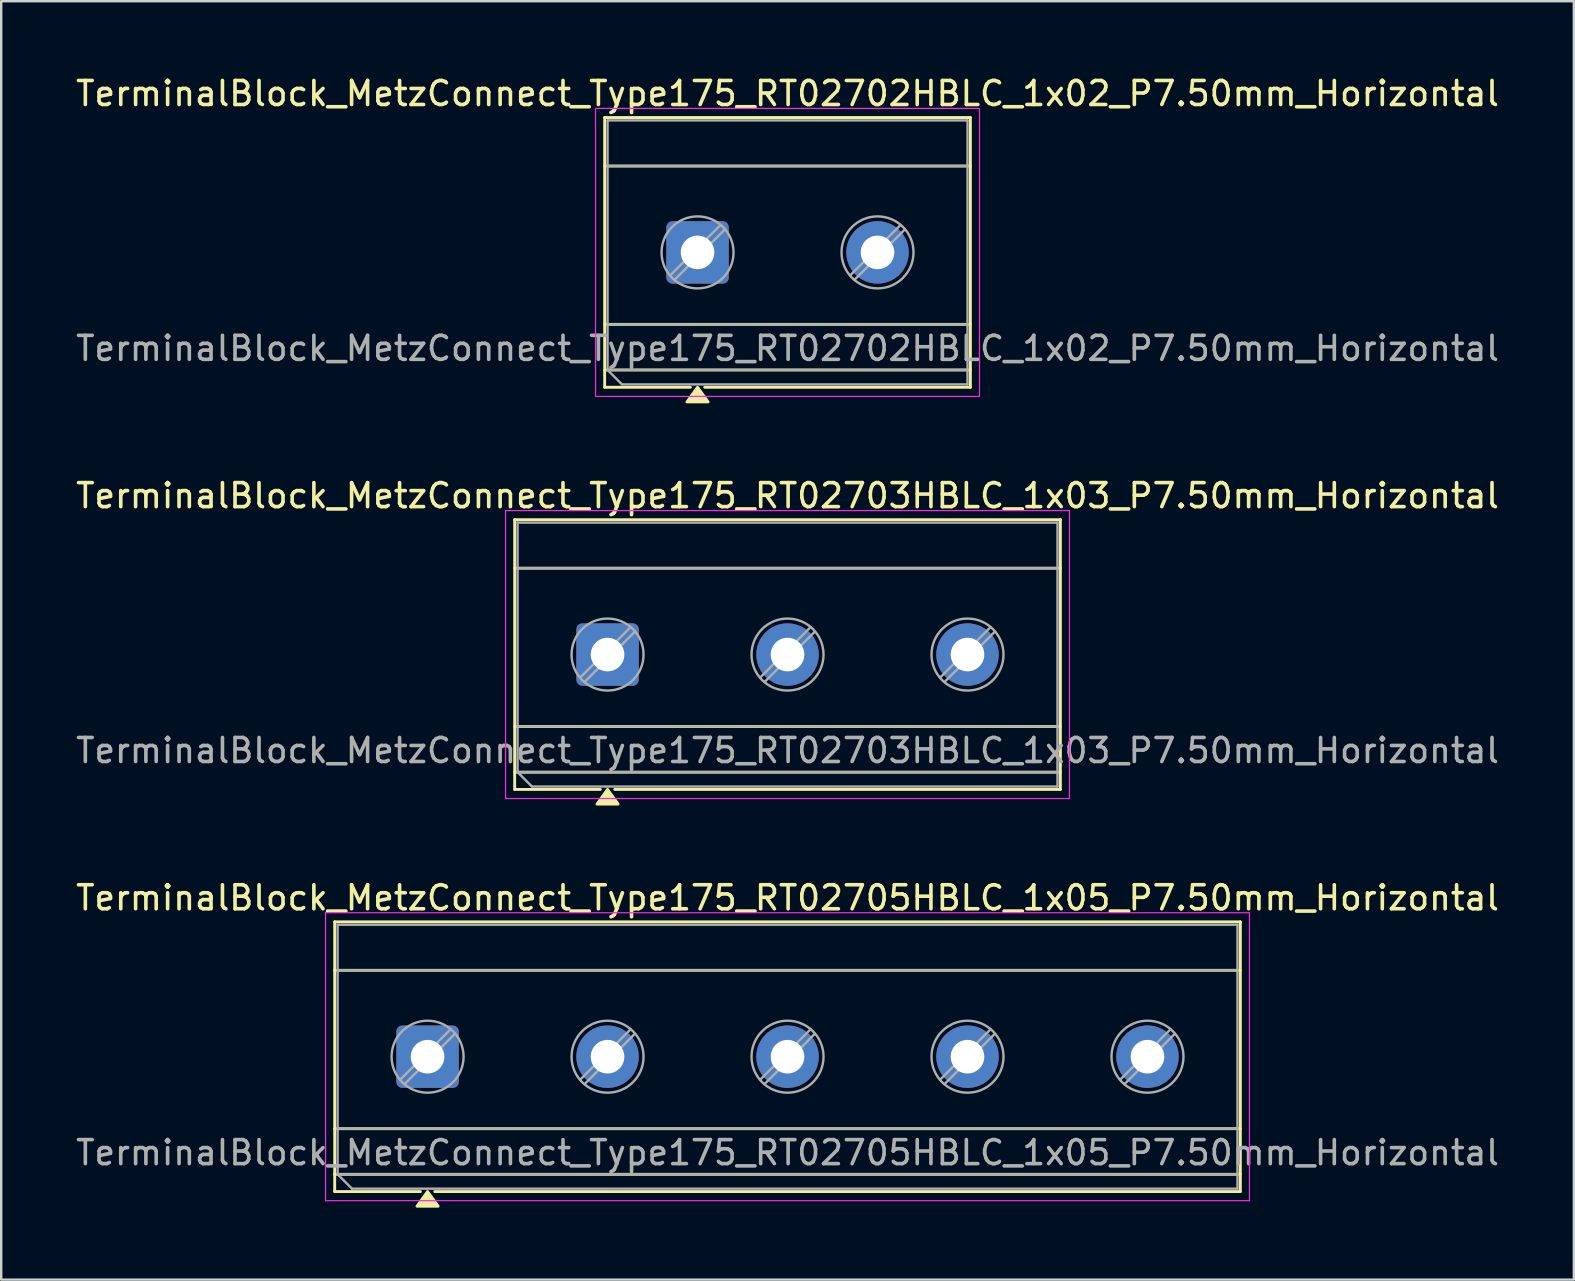
<source format=kicad_pcb>
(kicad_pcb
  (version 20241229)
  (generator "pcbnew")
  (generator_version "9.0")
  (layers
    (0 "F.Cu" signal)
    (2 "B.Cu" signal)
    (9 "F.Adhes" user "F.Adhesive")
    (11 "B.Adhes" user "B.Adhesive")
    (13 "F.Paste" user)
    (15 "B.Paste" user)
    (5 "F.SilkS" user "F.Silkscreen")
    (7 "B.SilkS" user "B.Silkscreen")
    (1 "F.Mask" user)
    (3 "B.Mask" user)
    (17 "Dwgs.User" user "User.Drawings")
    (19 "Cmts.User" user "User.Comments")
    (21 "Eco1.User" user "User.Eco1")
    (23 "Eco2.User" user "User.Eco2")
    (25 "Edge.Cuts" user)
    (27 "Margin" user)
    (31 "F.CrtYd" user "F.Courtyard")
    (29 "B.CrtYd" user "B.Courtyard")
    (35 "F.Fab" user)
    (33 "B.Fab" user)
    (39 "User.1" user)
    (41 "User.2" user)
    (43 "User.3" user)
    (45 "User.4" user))
  (footprint "TerminalBlock_MetzConnect_Type175_RT02703HBLC_1x03_P7.50mm_Horizontal"
    (layer "F.Cu")
    (at 22.268 24.227)
    (property "Reference" "TerminalBlock_MetzConnect_Type175_RT02703HBLC_1x03_P7.50mm_Horizontal" (at 7.5 -6.62 0) (layer "F.SilkS") (effects (font (size 1 1) (thickness 0.15))))
    (attr through_hole)
    (fp_line (start -3.87 -5.62) (end 18.87 -5.62) (stroke (width 0.12) (type solid)) (layer "F.SilkS"))
    (fp_line (start -3.87 -3.6) (end 18.87 -3.6) (stroke (width 0.12) (type solid)) (layer "F.SilkS"))
    (fp_line (start -3.87 3) (end 18.87 3) (stroke (width 0.12) (type solid)) (layer "F.SilkS"))
    (fp_line (start -3.87 4.9) (end 18.87 4.9) (stroke (width 0.12) (type solid)) (layer "F.SilkS"))
    (fp_line (start -3.87 5.62) (end -3.87 -5.62) (stroke (width 0.12) (type solid)) (layer "F.SilkS"))
    (fp_line (start -0.3 5.62) (end -3.87 5.62) (stroke (width 0.12) (type solid)) (layer "F.SilkS"))
    (fp_line (start 18.87 -5.62) (end 18.87 5.62) (stroke (width 0.12) (type solid)) (layer "F.SilkS"))
    (fp_line (start 18.87 5.62) (end 0.3 5.62) (stroke (width 0.12) (type solid)) (layer "F.SilkS"))
    (fp_poly (pts (xy 0 5.62) (xy 0.44 6.23) (xy -0.44 6.23)) (stroke (width 0.12) (type solid)) (fill yes) (layer "F.SilkS"))
    (fp_line (start -4.25 -6) (end -4.25 6) (stroke (width 0.05) (type solid)) (layer "F.CrtYd"))
    (fp_line (start -4.25 6) (end 19.25 6) (stroke (width 0.05) (type solid)) (layer "F.CrtYd"))
    (fp_line (start 19.25 -6) (end -4.25 -6) (stroke (width 0.05) (type solid)) (layer "F.CrtYd"))
    (fp_line (start 19.25 6) (end 19.25 -6) (stroke (width 0.05) (type solid)) (layer "F.CrtYd"))
    (fp_line (start -3.75 -5.5) (end 18.75 -5.5) (stroke (width 0.1) (type solid)) (layer "F.Fab"))
    (fp_line (start -3.75 -3.6) (end 18.75 -3.6) (stroke (width 0.1) (type solid)) (layer "F.Fab"))
    (fp_line (start -3.75 3) (end 18.75 3) (stroke (width 0.1) (type solid)) (layer "F.Fab"))
    (fp_line (start -3.75 4.9) (end -3.75 -5.5) (stroke (width 0.1) (type solid)) (layer "F.Fab"))
    (fp_line (start -3.75 4.9) (end 18.75 4.9) (stroke (width 0.1) (type solid)) (layer "F.Fab"))
    (fp_line (start -3.15 5.5) (end -3.75 4.9) (stroke (width 0.1) (type solid)) (layer "F.Fab"))
    (fp_line (start 0.955 -1.138) (end -1.138 0.955) (stroke (width 0.1) (type solid)) (layer "F.Fab"))
    (fp_line (start 1.138 -0.955) (end -0.955 1.138) (stroke (width 0.1) (type solid)) (layer "F.Fab"))
    (fp_line (start 8.455 -1.138) (end 6.362 0.955) (stroke (width 0.1) (type solid)) (layer "F.Fab"))
    (fp_line (start 8.638 -0.955) (end 6.545 1.138) (stroke (width 0.1) (type solid)) (layer "F.Fab"))
    (fp_line (start 15.955 -1.138) (end 13.862 0.955) (stroke (width 0.1) (type solid)) (layer "F.Fab"))
    (fp_line (start 16.138 -0.955) (end 14.045 1.138) (stroke (width 0.1) (type solid)) (layer "F.Fab"))
    (fp_line (start 18.75 -5.5) (end 18.75 5.5) (stroke (width 0.1) (type solid)) (layer "F.Fab"))
    (fp_line (start 18.75 5.5) (end -3.15 5.5) (stroke (width 0.1) (type solid)) (layer "F.Fab"))
    (fp_circle (center 0 0) (end 1.5 0) (stroke (width 0.1) (type solid)) (fill no) (layer "F.Fab"))
    (fp_circle (center 7.5 0) (end 9 0) (stroke (width 0.1) (type solid)) (fill no) (layer "F.Fab"))
    (fp_circle (center 15 0) (end 16.5 0) (stroke (width 0.1) (type solid)) (fill no) (layer "F.Fab"))
    (fp_text user "${REFERENCE}" (at 7.5 4 0) (layer "F.Fab") (effects (font (size 1 1) (thickness 0.15))))
    (pad "1" thru_hole roundrect (at 0 0) (size 2.6 2.6) (drill 1.4) (layers "*.Cu" "*.Mask") (roundrect_rratio 0.096))
    (pad "2" thru_hole circle (at 7.5 0) (size 2.6 2.6) (drill 1.4) (layers "*.Cu" "*.Mask"))
    (pad "3" thru_hole circle (at 15 0) (size 2.6 2.6) (drill 1.4) (layers "*.Cu" "*.Mask")))
  (footprint "TerminalBlock_MetzConnect_Type175_RT02702HBLC_1x02_P7.50mm_Horizontal"
    (layer "F.Cu")
    (at 26.018 7.468)
    (property "Reference" "TerminalBlock_MetzConnect_Type175_RT02702HBLC_1x02_P7.50mm_Horizontal" (at 3.75 -6.62 0) (layer "F.SilkS") (effects (font (size 1 1) (thickness 0.15))))
    (attr through_hole)
    (fp_line (start -3.87 -5.62) (end 11.37 -5.62) (stroke (width 0.12) (type solid)) (layer "F.SilkS"))
    (fp_line (start -3.87 -3.6) (end 11.37 -3.6) (stroke (width 0.12) (type solid)) (layer "F.SilkS"))
    (fp_line (start -3.87 3) (end 11.37 3) (stroke (width 0.12) (type solid)) (layer "F.SilkS"))
    (fp_line (start -3.87 4.9) (end 11.37 4.9) (stroke (width 0.12) (type solid)) (layer "F.SilkS"))
    (fp_line (start -3.87 5.62) (end -3.87 -5.62) (stroke (width 0.12) (type solid)) (layer "F.SilkS"))
    (fp_line (start -0.3 5.62) (end -3.87 5.62) (stroke (width 0.12) (type solid)) (layer "F.SilkS"))
    (fp_line (start 11.37 -5.62) (end 11.37 5.62) (stroke (width 0.12) (type solid)) (layer "F.SilkS"))
    (fp_line (start 11.37 5.62) (end 0.3 5.62) (stroke (width 0.12) (type solid)) (layer "F.SilkS"))
    (fp_poly (pts (xy 0 5.62) (xy 0.44 6.23) (xy -0.44 6.23)) (stroke (width 0.12) (type solid)) (fill yes) (layer "F.SilkS"))
    (fp_line (start -4.25 -6) (end -4.25 6) (stroke (width 0.05) (type solid)) (layer "F.CrtYd"))
    (fp_line (start -4.25 6) (end 11.75 6) (stroke (width 0.05) (type solid)) (layer "F.CrtYd"))
    (fp_line (start 11.75 -6) (end -4.25 -6) (stroke (width 0.05) (type solid)) (layer "F.CrtYd"))
    (fp_line (start 11.75 6) (end 11.75 -6) (stroke (width 0.05) (type solid)) (layer "F.CrtYd"))
    (fp_line (start -3.75 -5.5) (end 11.25 -5.5) (stroke (width 0.1) (type solid)) (layer "F.Fab"))
    (fp_line (start -3.75 -3.6) (end 11.25 -3.6) (stroke (width 0.1) (type solid)) (layer "F.Fab"))
    (fp_line (start -3.75 3) (end 11.25 3) (stroke (width 0.1) (type solid)) (layer "F.Fab"))
    (fp_line (start -3.75 4.9) (end -3.75 -5.5) (stroke (width 0.1) (type solid)) (layer "F.Fab"))
    (fp_line (start -3.75 4.9) (end 11.25 4.9) (stroke (width 0.1) (type solid)) (layer "F.Fab"))
    (fp_line (start -3.15 5.5) (end -3.75 4.9) (stroke (width 0.1) (type solid)) (layer "F.Fab"))
    (fp_line (start 0.955 -1.138) (end -1.138 0.955) (stroke (width 0.1) (type solid)) (layer "F.Fab"))
    (fp_line (start 1.138 -0.955) (end -0.955 1.138) (stroke (width 0.1) (type solid)) (layer "F.Fab"))
    (fp_line (start 8.455 -1.138) (end 6.362 0.955) (stroke (width 0.1) (type solid)) (layer "F.Fab"))
    (fp_line (start 8.638 -0.955) (end 6.545 1.138) (stroke (width 0.1) (type solid)) (layer "F.Fab"))
    (fp_line (start 11.25 -5.5) (end 11.25 5.5) (stroke (width 0.1) (type solid)) (layer "F.Fab"))
    (fp_line (start 11.25 5.5) (end -3.15 5.5) (stroke (width 0.1) (type solid)) (layer "F.Fab"))
    (fp_circle (center 0 0) (end 1.5 0) (stroke (width 0.1) (type solid)) (fill no) (layer "F.Fab"))
    (fp_circle (center 7.5 0) (end 9 0) (stroke (width 0.1) (type solid)) (fill no) (layer "F.Fab"))
    (fp_text user "${REFERENCE}" (at 3.75 4 0) (layer "F.Fab") (effects (font (size 1 1) (thickness 0.15))))
    (pad "1" thru_hole roundrect (at 0 0) (size 2.6 2.6) (drill 1.4) (layers "*.Cu" "*.Mask") (roundrect_rratio 0.096))
    (pad "2" thru_hole circle (at 7.5 0) (size 2.6 2.6) (drill 1.4) (layers "*.Cu" "*.Mask")))
  (footprint "TerminalBlock_MetzConnect_Type175_RT02705HBLC_1x05_P7.50mm_Horizontal"
    (layer "F.Cu")
    (at 14.768 40.985)
    (property "Reference" "TerminalBlock_MetzConnect_Type175_RT02705HBLC_1x05_P7.50mm_Horizontal" (at 15 -6.62 0) (layer "F.SilkS") (effects (font (size 1 1) (thickness 0.15))))
    (attr through_hole)
    (fp_line (start -3.87 -5.62) (end 33.87 -5.62) (stroke (width 0.12) (type solid)) (layer "F.SilkS"))
    (fp_line (start -3.87 -3.6) (end 33.87 -3.6) (stroke (width 0.12) (type solid)) (layer "F.SilkS"))
    (fp_line (start -3.87 3) (end 33.87 3) (stroke (width 0.12) (type solid)) (layer "F.SilkS"))
    (fp_line (start -3.87 4.9) (end 33.87 4.9) (stroke (width 0.12) (type solid)) (layer "F.SilkS"))
    (fp_line (start -3.87 5.62) (end -3.87 -5.62) (stroke (width 0.12) (type solid)) (layer "F.SilkS"))
    (fp_line (start -0.3 5.62) (end -3.87 5.62) (stroke (width 0.12) (type solid)) (layer "F.SilkS"))
    (fp_line (start 33.87 -5.62) (end 33.87 5.62) (stroke (width 0.12) (type solid)) (layer "F.SilkS"))
    (fp_line (start 33.87 5.62) (end 0.3 5.62) (stroke (width 0.12) (type solid)) (layer "F.SilkS"))
    (fp_poly (pts (xy 0 5.62) (xy 0.44 6.23) (xy -0.44 6.23)) (stroke (width 0.12) (type solid)) (fill yes) (layer "F.SilkS"))
    (fp_line (start -4.25 -6) (end -4.25 6) (stroke (width 0.05) (type solid)) (layer "F.CrtYd"))
    (fp_line (start -4.25 6) (end 34.25 6) (stroke (width 0.05) (type solid)) (layer "F.CrtYd"))
    (fp_line (start 34.25 -6) (end -4.25 -6) (stroke (width 0.05) (type solid)) (layer "F.CrtYd"))
    (fp_line (start 34.25 6) (end 34.25 -6) (stroke (width 0.05) (type solid)) (layer "F.CrtYd"))
    (fp_line (start -3.75 -5.5) (end 33.75 -5.5) (stroke (width 0.1) (type solid)) (layer "F.Fab"))
    (fp_line (start -3.75 -3.6) (end 33.75 -3.6) (stroke (width 0.1) (type solid)) (layer "F.Fab"))
    (fp_line (start -3.75 3) (end 33.75 3) (stroke (width 0.1) (type solid)) (layer "F.Fab"))
    (fp_line (start -3.75 4.9) (end -3.75 -5.5) (stroke (width 0.1) (type solid)) (layer "F.Fab"))
    (fp_line (start -3.75 4.9) (end 33.75 4.9) (stroke (width 0.1) (type solid)) (layer "F.Fab"))
    (fp_line (start -3.15 5.5) (end -3.75 4.9) (stroke (width 0.1) (type solid)) (layer "F.Fab"))
    (fp_line (start 0.955 -1.138) (end -1.138 0.955) (stroke (width 0.1) (type solid)) (layer "F.Fab"))
    (fp_line (start 1.138 -0.955) (end -0.955 1.138) (stroke (width 0.1) (type solid)) (layer "F.Fab"))
    (fp_line (start 8.455 -1.138) (end 6.362 0.955) (stroke (width 0.1) (type solid)) (layer "F.Fab"))
    (fp_line (start 8.638 -0.955) (end 6.545 1.138) (stroke (width 0.1) (type solid)) (layer "F.Fab"))
    (fp_line (start 15.955 -1.138) (end 13.862 0.955) (stroke (width 0.1) (type solid)) (layer "F.Fab"))
    (fp_line (start 16.138 -0.955) (end 14.045 1.138) (stroke (width 0.1) (type solid)) (layer "F.Fab"))
    (fp_line (start 23.455 -1.138) (end 21.362 0.955) (stroke (width 0.1) (type solid)) (layer "F.Fab"))
    (fp_line (start 23.638 -0.955) (end 21.545 1.138) (stroke (width 0.1) (type solid)) (layer "F.Fab"))
    (fp_line (start 30.955 -1.138) (end 28.862 0.955) (stroke (width 0.1) (type solid)) (layer "F.Fab"))
    (fp_line (start 31.138 -0.955) (end 29.045 1.138) (stroke (width 0.1) (type solid)) (layer "F.Fab"))
    (fp_line (start 33.75 -5.5) (end 33.75 5.5) (stroke (width 0.1) (type solid)) (layer "F.Fab"))
    (fp_line (start 33.75 5.5) (end -3.15 5.5) (stroke (width 0.1) (type solid)) (layer "F.Fab"))
    (fp_circle (center 0 0) (end 1.5 0) (stroke (width 0.1) (type solid)) (fill no) (layer "F.Fab"))
    (fp_circle (center 7.5 0) (end 9 0) (stroke (width 0.1) (type solid)) (fill no) (layer "F.Fab"))
    (fp_circle (center 15 0) (end 16.5 0) (stroke (width 0.1) (type solid)) (fill no) (layer "F.Fab"))
    (fp_circle (center 22.5 0) (end 24 0) (stroke (width 0.1) (type solid)) (fill no) (layer "F.Fab"))
    (fp_circle (center 30 0) (end 31.5 0) (stroke (width 0.1) (type solid)) (fill no) (layer "F.Fab"))
    (fp_text user "${REFERENCE}" (at 15 4 0) (layer "F.Fab") (effects (font (size 1 1) (thickness 0.15))))
    (pad "1" thru_hole roundrect (at 0 0) (size 2.6 2.6) (drill 1.4) (layers "*.Cu" "*.Mask") (roundrect_rratio 0.096))
    (pad "2" thru_hole circle (at 7.5 0) (size 2.6 2.6) (drill 1.4) (layers "*.Cu" "*.Mask"))
    (pad "3" thru_hole circle (at 15 0) (size 2.6 2.6) (drill 1.4) (layers "*.Cu" "*.Mask"))
    (pad "4" thru_hole circle (at 22.5 0) (size 2.6 2.6) (drill 1.4) (layers "*.Cu" "*.Mask"))
    (pad "5" thru_hole circle (at 30 0) (size 2.6 2.6) (drill 1.4) (layers "*.Cu" "*.Mask")))
  (gr_rect
    (start -3 -3)
    (end 62.536 50.275)
    (stroke (width 0.1) (type default))
    (fill no)
    (layer "Edge.Cuts")))
</source>
